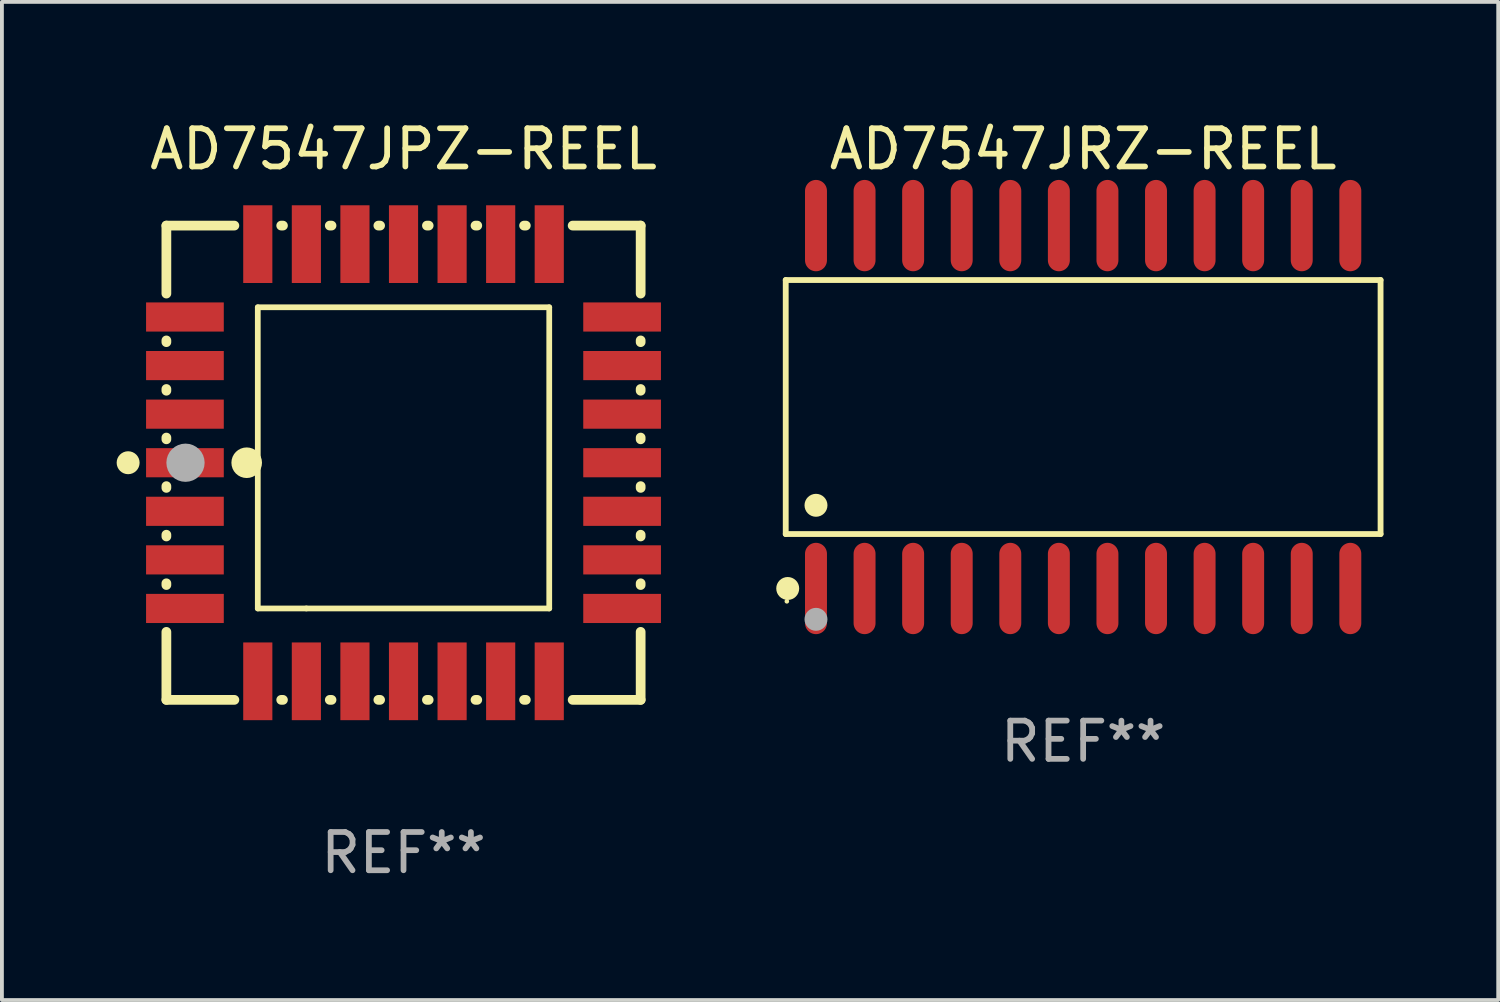
<source format=kicad_pcb>
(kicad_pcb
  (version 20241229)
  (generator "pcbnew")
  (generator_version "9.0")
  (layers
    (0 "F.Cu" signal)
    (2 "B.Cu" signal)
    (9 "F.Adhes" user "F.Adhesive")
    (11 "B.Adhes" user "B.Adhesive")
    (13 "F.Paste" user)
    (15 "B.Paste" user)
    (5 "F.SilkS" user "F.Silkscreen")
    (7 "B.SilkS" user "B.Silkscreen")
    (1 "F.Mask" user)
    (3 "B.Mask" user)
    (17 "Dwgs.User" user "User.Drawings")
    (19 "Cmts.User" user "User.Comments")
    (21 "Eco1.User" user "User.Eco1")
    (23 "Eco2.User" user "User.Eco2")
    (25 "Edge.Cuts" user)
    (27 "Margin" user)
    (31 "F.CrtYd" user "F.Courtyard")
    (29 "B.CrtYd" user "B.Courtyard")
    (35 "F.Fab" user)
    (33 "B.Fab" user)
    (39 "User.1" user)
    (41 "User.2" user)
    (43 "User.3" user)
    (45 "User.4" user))
  (footprint "AD7547JRZ-REEL"
    (layer "F.Cu")
    (at 25.269 7.592)
    (property "Reference" "AD7547JRZ-REEL" (at 0 -6.744 0) (layer "F.SilkS") (effects (font (size 1 1) (thickness 0.15))))
    (attr through_hole)
    (fp_line (start -7.776 -3.321) (end 7.776 -3.321) (stroke (width 0.152) (type solid)) (layer "F.SilkS"))
    (fp_line (start -7.776 3.321) (end -7.776 -3.321) (stroke (width 0.152) (type solid)) (layer "F.SilkS"))
    (fp_line (start 7.776 -3.321) (end 7.776 3.321) (stroke (width 0.152) (type solid)) (layer "F.SilkS"))
    (fp_line (start 7.776 3.321) (end -7.776 3.321) (stroke (width 0.152) (type solid)) (layer "F.SilkS"))
    (fp_circle (center -7.747 5.08) (end -7.717 5.08) (stroke (width 0.06) (type solid)) (fill no) (layer "F.SilkS"))
    (fp_circle (center -7.724 4.744) (end -7.574 4.744) (stroke (width 0.3) (type solid)) (fill no) (layer "F.SilkS"))
    (fp_circle (center -6.985 2.569) (end -6.835 2.569) (stroke (width 0.3) (type solid)) (fill no) (layer "F.SilkS"))
    (fp_circle (center -6.985 5.55) (end -6.835 5.55) (stroke (width 0.3) (type solid)) (fill no) (layer "F.Fab"))
    (fp_text user "REF**" (at 0 8.744 0) (layer "F.Fab") (effects (font (size 1 1) (thickness 0.15))))
    (pad "1" smd oval (at -6.985 4.744) (size 0.574 2.388) (layers "F.Cu" "F.Mask" "F.Paste"))
    (pad "2" smd oval (at -5.715 4.744) (size 0.574 2.388) (layers "F.Cu" "F.Mask" "F.Paste"))
    (pad "3" smd oval (at -4.445 4.744) (size 0.574 2.388) (layers "F.Cu" "F.Mask" "F.Paste"))
    (pad "4" smd oval (at -3.175 4.744) (size 0.574 2.388) (layers "F.Cu" "F.Mask" "F.Paste"))
    (pad "5" smd oval (at -1.905 4.744) (size 0.574 2.388) (layers "F.Cu" "F.Mask" "F.Paste"))
    (pad "6" smd oval (at -0.635 4.744) (size 0.574 2.388) (layers "F.Cu" "F.Mask" "F.Paste"))
    (pad "7" smd oval (at 0.635 4.744) (size 0.574 2.388) (layers "F.Cu" "F.Mask" "F.Paste"))
    (pad "8" smd oval (at 1.905 4.744) (size 0.574 2.388) (layers "F.Cu" "F.Mask" "F.Paste"))
    (pad "9" smd oval (at 3.175 4.744) (size 0.574 2.388) (layers "F.Cu" "F.Mask" "F.Paste"))
    (pad "10" smd oval (at 4.445 4.744) (size 0.574 2.388) (layers "F.Cu" "F.Mask" "F.Paste"))
    (pad "11" smd oval (at 5.715 4.744) (size 0.574 2.388) (layers "F.Cu" "F.Mask" "F.Paste"))
    (pad "12" smd oval (at 6.985 4.744) (size 0.574 2.388) (layers "F.Cu" "F.Mask" "F.Paste"))
    (pad "13" smd oval (at 6.985 -4.744) (size 0.574 2.388) (layers "F.Cu" "F.Mask" "F.Paste"))
    (pad "14" smd oval (at 5.715 -4.744) (size 0.574 2.388) (layers "F.Cu" "F.Mask" "F.Paste"))
    (pad "15" smd oval (at 4.445 -4.744) (size 0.574 2.388) (layers "F.Cu" "F.Mask" "F.Paste"))
    (pad "16" smd oval (at 3.175 -4.744) (size 0.574 2.388) (layers "F.Cu" "F.Mask" "F.Paste"))
    (pad "17" smd oval (at 1.905 -4.744) (size 0.574 2.388) (layers "F.Cu" "F.Mask" "F.Paste"))
    (pad "18" smd oval (at 0.635 -4.744) (size 0.574 2.388) (layers "F.Cu" "F.Mask" "F.Paste"))
    (pad "19" smd oval (at -0.635 -4.744) (size 0.574 2.388) (layers "F.Cu" "F.Mask" "F.Paste"))
    (pad "20" smd oval (at -1.905 -4.744) (size 0.574 2.388) (layers "F.Cu" "F.Mask" "F.Paste"))
    (pad "21" smd oval (at -3.175 -4.744) (size 0.574 2.388) (layers "F.Cu" "F.Mask" "F.Paste"))
    (pad "22" smd oval (at -4.445 -4.744) (size 0.574 2.388) (layers "F.Cu" "F.Mask" "F.Paste"))
    (pad "23" smd oval (at -5.715 -4.744) (size 0.574 2.388) (layers "F.Cu" "F.Mask" "F.Paste"))
    (pad "24" smd oval (at -6.985 -4.744) (size 0.574 2.388) (layers "F.Cu" "F.Mask" "F.Paste")))
  (footprint "AD7547JPZ-REEL"
    (layer "F.Cu")
    (at 7.5 9.048)
    (property "Reference" "AD7547JPZ-REEL" (at 0 -8.2 0) (layer "F.SilkS") (effects (font (size 1 1) (thickness 0.15))))
    (attr through_hole)
    (fp_line (start -6.2 -6.2) (end -4.422 -6.2) (stroke (width 0.254) (type solid)) (layer "F.SilkS"))
    (fp_line (start -6.2 -4.422) (end -6.2 -6.2) (stroke (width 0.254) (type solid)) (layer "F.SilkS"))
    (fp_line (start -6.2 -3.152) (end -6.2 -3.198) (stroke (width 0.254) (type solid)) (layer "F.SilkS"))
    (fp_line (start -6.2 -1.882) (end -6.2 -1.928) (stroke (width 0.254) (type solid)) (layer "F.SilkS"))
    (fp_line (start -6.2 -0.612) (end -6.2 -0.658) (stroke (width 0.254) (type solid)) (layer "F.SilkS"))
    (fp_line (start -6.2 0.658) (end -6.2 0.612) (stroke (width 0.254) (type solid)) (layer "F.SilkS"))
    (fp_line (start -6.2 1.928) (end -6.2 1.882) (stroke (width 0.254) (type solid)) (layer "F.SilkS"))
    (fp_line (start -6.2 3.198) (end -6.2 3.152) (stroke (width 0.254) (type solid)) (layer "F.SilkS"))
    (fp_line (start -6.2 6.2) (end -6.2 4.422) (stroke (width 0.254) (type solid)) (layer "F.SilkS"))
    (fp_line (start -4.422 6.2) (end -6.2 6.2) (stroke (width 0.254) (type solid)) (layer "F.SilkS"))
    (fp_line (start -3.81 -4.064) (end 3.81 -4.064) (stroke (width 0.15) (type solid)) (layer "F.SilkS"))
    (fp_line (start -3.81 3.81) (end -3.81 -4.064) (stroke (width 0.15) (type solid)) (layer "F.SilkS"))
    (fp_line (start -3.198 -6.2) (end -3.152 -6.2) (stroke (width 0.254) (type solid)) (layer "F.SilkS"))
    (fp_line (start -3.152 6.2) (end -3.198 6.2) (stroke (width 0.254) (type solid)) (layer "F.SilkS"))
    (fp_line (start -2.54 3.81) (end -3.81 3.81) (stroke (width 0.15) (type solid)) (layer "F.SilkS"))
    (fp_line (start -1.928 -6.2) (end -1.882 -6.2) (stroke (width 0.254) (type solid)) (layer "F.SilkS"))
    (fp_line (start -1.882 6.2) (end -1.928 6.2) (stroke (width 0.254) (type solid)) (layer "F.SilkS"))
    (fp_line (start -0.658 -6.2) (end -0.612 -6.2) (stroke (width 0.254) (type solid)) (layer "F.SilkS"))
    (fp_line (start -0.612 6.2) (end -0.658 6.2) (stroke (width 0.254) (type solid)) (layer "F.SilkS"))
    (fp_line (start 0.612 -6.2) (end 0.658 -6.2) (stroke (width 0.254) (type solid)) (layer "F.SilkS"))
    (fp_line (start 0.658 6.2) (end 0.612 6.2) (stroke (width 0.254) (type solid)) (layer "F.SilkS"))
    (fp_line (start 1.882 -6.2) (end 1.928 -6.2) (stroke (width 0.254) (type solid)) (layer "F.SilkS"))
    (fp_line (start 1.928 6.2) (end 1.882 6.2) (stroke (width 0.254) (type solid)) (layer "F.SilkS"))
    (fp_line (start 3.152 -6.2) (end 3.198 -6.2) (stroke (width 0.254) (type solid)) (layer "F.SilkS"))
    (fp_line (start 3.198 6.2) (end 3.152 6.2) (stroke (width 0.254) (type solid)) (layer "F.SilkS"))
    (fp_line (start 3.81 -4.064) (end 3.81 3.81) (stroke (width 0.15) (type solid)) (layer "F.SilkS"))
    (fp_line (start 3.81 3.81) (end -2.54 3.81) (stroke (width 0.15) (type solid)) (layer "F.SilkS"))
    (fp_line (start 4.422 -6.2) (end 6.2 -6.2) (stroke (width 0.254) (type solid)) (layer "F.SilkS"))
    (fp_line (start 6.2 -6.2) (end 6.2 -4.422) (stroke (width 0.254) (type solid)) (layer "F.SilkS"))
    (fp_line (start 6.2 -3.198) (end 6.2 -3.152) (stroke (width 0.254) (type solid)) (layer "F.SilkS"))
    (fp_line (start 6.2 -1.928) (end 6.2 -1.882) (stroke (width 0.254) (type solid)) (layer "F.SilkS"))
    (fp_line (start 6.2 -0.658) (end 6.2 -0.612) (stroke (width 0.254) (type solid)) (layer "F.SilkS"))
    (fp_line (start 6.2 0.612) (end 6.2 0.658) (stroke (width 0.254) (type solid)) (layer "F.SilkS"))
    (fp_line (start 6.2 1.882) (end 6.2 1.928) (stroke (width 0.254) (type solid)) (layer "F.SilkS"))
    (fp_line (start 6.2 3.152) (end 6.2 3.198) (stroke (width 0.254) (type solid)) (layer "F.SilkS"))
    (fp_line (start 6.2 4.422) (end 6.2 6.2) (stroke (width 0.254) (type solid)) (layer "F.SilkS"))
    (fp_line (start 6.2 6.2) (end 4.422 6.2) (stroke (width 0.254) (type solid)) (layer "F.SilkS"))
    (fp_circle (center -7.2 0) (end -7.05 0) (stroke (width 0.3) (type solid)) (fill no) (layer "F.SilkS"))
    (fp_circle (center -6.223 6.223) (end -6.193 6.223) (stroke (width 0.06) (type solid)) (fill no) (layer "F.SilkS"))
    (fp_circle (center -4.1 0) (end -3.9 0) (stroke (width 0.4) (type solid)) (fill no) (layer "F.SilkS"))
    (fp_circle (center -5.7 0) (end -5.45 0) (stroke (width 0.5) (type solid)) (fill no) (layer "F.Fab"))
    (fp_text user "REF**" (at 0 10.2 0) (layer "F.Fab") (effects (font (size 1 1) (thickness 0.15))))
    (pad "1" smd rect (at -5.715 0) (size 2.032 0.762) (layers "F.Cu" "F.Mask" "F.Paste"))
    (pad "2" smd rect (at -5.715 1.27) (size 2.032 0.762) (layers "F.Cu" "F.Mask" "F.Paste"))
    (pad "3" smd rect (at -5.715 2.54) (size 2.032 0.762) (layers "F.Cu" "F.Mask" "F.Paste"))
    (pad "4" smd rect (at -5.715 3.81) (size 2.032 0.762) (layers "F.Cu" "F.Mask" "F.Paste"))
    (pad "5" smd rect (at -3.81 5.715) (size 0.762 2.032) (layers "F.Cu" "F.Mask" "F.Paste"))
    (pad "6" smd rect (at -2.54 5.715) (size 0.762 2.032) (layers "F.Cu" "F.Mask" "F.Paste"))
    (pad "7" smd rect (at -1.27 5.715) (size 0.762 2.032) (layers "F.Cu" "F.Mask" "F.Paste"))
    (pad "8" smd rect (at 0 5.715) (size 0.762 2.032) (layers "F.Cu" "F.Mask" "F.Paste"))
    (pad "9" smd rect (at 1.27 5.715) (size 0.762 2.032) (layers "F.Cu" "F.Mask" "F.Paste"))
    (pad "10" smd rect (at 2.54 5.715) (size 0.762 2.032) (layers "F.Cu" "F.Mask" "F.Paste"))
    (pad "11" smd rect (at 3.81 5.715) (size 0.762 2.032) (layers "F.Cu" "F.Mask" "F.Paste"))
    (pad "12" smd rect (at 5.715 3.81) (size 2.032 0.762) (layers "F.Cu" "F.Mask" "F.Paste"))
    (pad "13" smd rect (at 5.715 2.54) (size 2.032 0.762) (layers "F.Cu" "F.Mask" "F.Paste"))
    (pad "14" smd rect (at 5.715 1.27) (size 2.032 0.762) (layers "F.Cu" "F.Mask" "F.Paste"))
    (pad "15" smd rect (at 5.715 0) (size 2.032 0.762) (layers "F.Cu" "F.Mask" "F.Paste"))
    (pad "16" smd rect (at 5.715 -1.27) (size 2.032 0.762) (layers "F.Cu" "F.Mask" "F.Paste"))
    (pad "17" smd rect (at 5.715 -2.54) (size 2.032 0.762) (layers "F.Cu" "F.Mask" "F.Paste"))
    (pad "18" smd rect (at 5.715 -3.81) (size 2.032 0.762) (layers "F.Cu" "F.Mask" "F.Paste"))
    (pad "19" smd rect (at 3.81 -5.715) (size 0.762 2.032) (layers "F.Cu" "F.Mask" "F.Paste"))
    (pad "20" smd rect (at 2.54 -5.715) (size 0.762 2.032) (layers "F.Cu" "F.Mask" "F.Paste"))
    (pad "21" smd rect (at 1.27 -5.715) (size 0.762 2.032) (layers "F.Cu" "F.Mask" "F.Paste"))
    (pad "22" smd rect (at 0 -5.715) (size 0.762 2.032) (layers "F.Cu" "F.Mask" "F.Paste"))
    (pad "23" smd rect (at -1.27 -5.715) (size 0.762 2.032) (layers "F.Cu" "F.Mask" "F.Paste"))
    (pad "24" smd rect (at -2.54 -5.715) (size 0.762 2.032) (layers "F.Cu" "F.Mask" "F.Paste"))
    (pad "25" smd rect (at -3.81 -5.715) (size 0.762 2.032) (layers "F.Cu" "F.Mask" "F.Paste"))
    (pad "26" smd rect (at -5.715 -3.81) (size 2.032 0.762) (layers "F.Cu" "F.Mask" "F.Paste"))
    (pad "27" smd rect (at -5.715 -2.54) (size 2.032 0.762) (layers "F.Cu" "F.Mask" "F.Paste"))
    (pad "28" smd rect (at -5.715 -1.27) (size 2.032 0.762) (layers "F.Cu" "F.Mask" "F.Paste")))
  (gr_rect
    (start -3 -3)
    (end 36.121 23.096)
    (stroke (width 0.1) (type default))
    (fill no)
    (layer "Edge.Cuts")))
</source>
